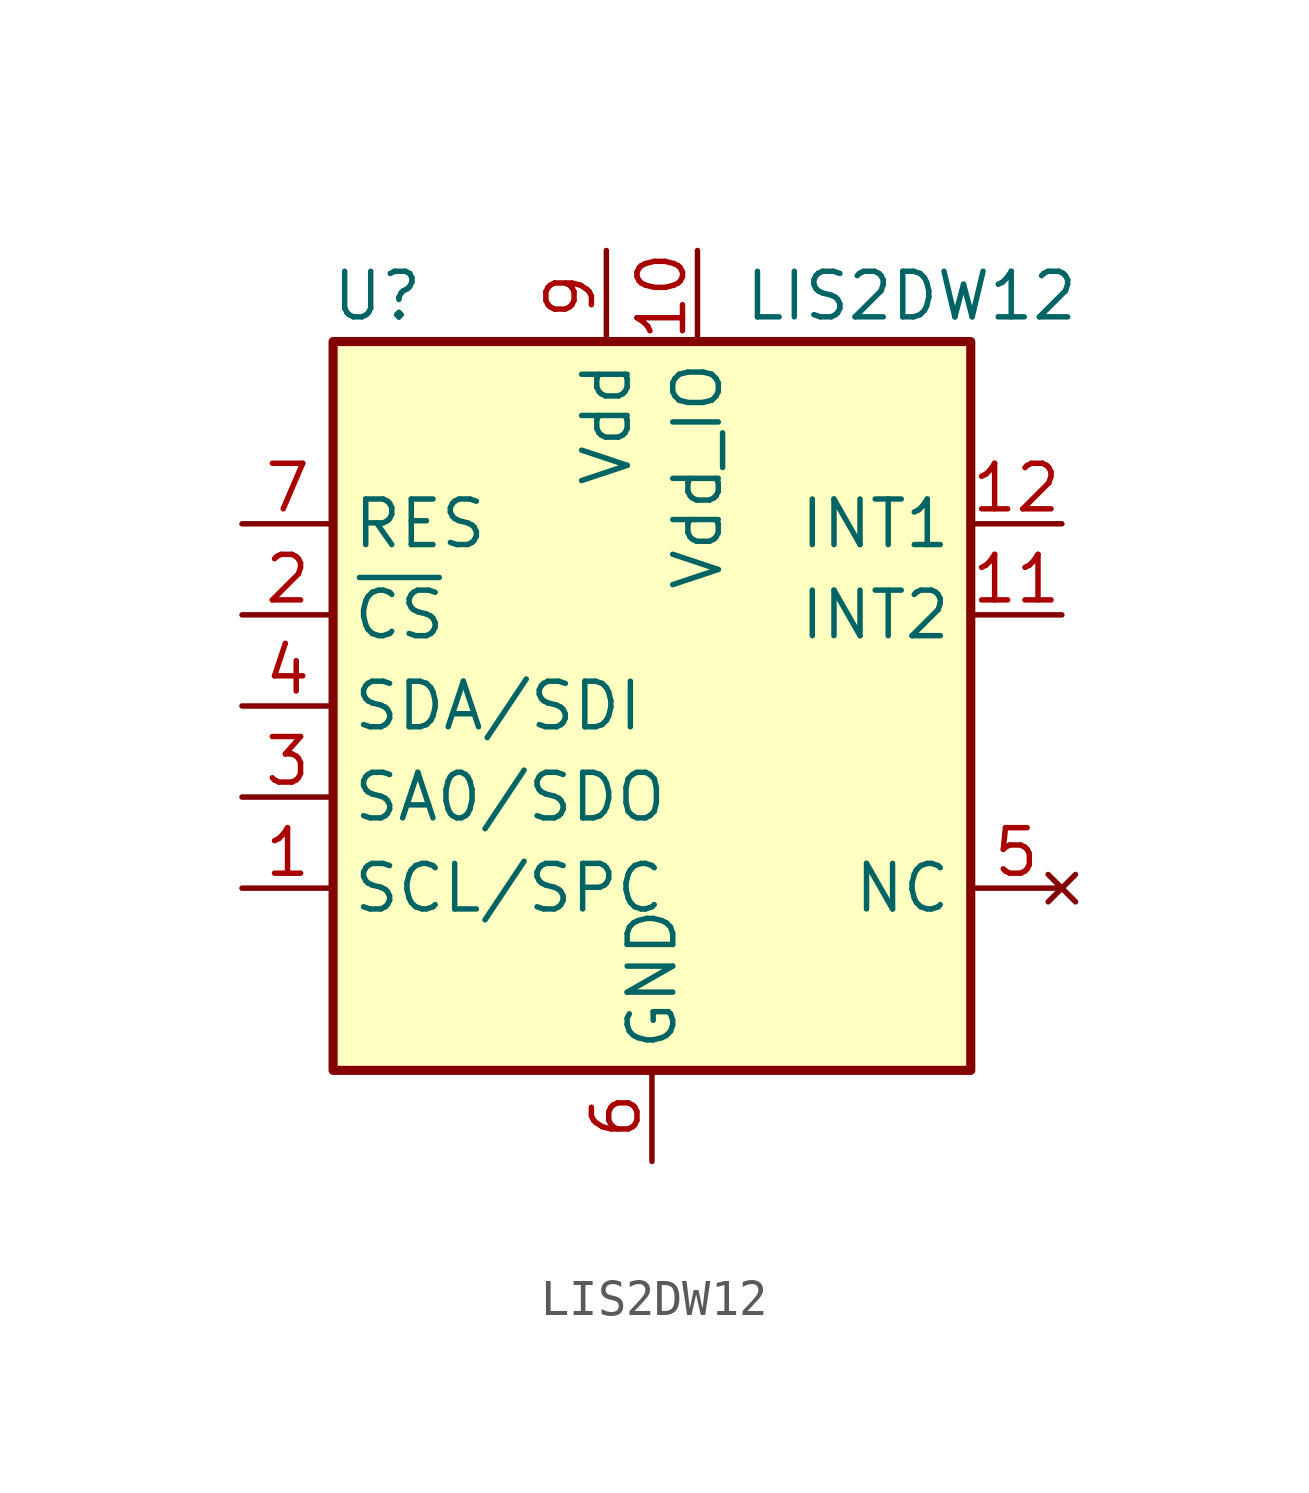
<source format=kicad_sym>
(kicad_symbol_lib
  (version 20231120)
  (generator "kicad_symbol_editor")
  (generator_version "8.0")
  (symbol "LIS2DW12"
    (property "Reference" "U"
      (at -5.08 11.43 0)
      (effects (font (size 1.27 1.27)) (justify right)))
    (property "Value" "LIS2DW12"
      (at 3.81 11.43 0)
      (effects (font (size 1.27 1.27)) (justify left)))
    (symbol "LIS2DW12_0_1"
      (rectangle (start -7.62 10.16) (end 10.16 -10.16) (stroke (width 0.254) (type default)) (fill (type background))))
    (symbol "LIS2DW12_1_1"
      (pin input line (at -10.16 -5.08 0) (length 2.54) (name "SCL/SPC" (effects (font (size 1.27 1.27)))) (number "1" (effects (font (size 1.27 1.27)))))
      (pin power_in line (at 2.54 12.7 270) (length 2.54) (name "Vdd_IO" (effects (font (size 1.27 1.27)))) (number "10" (effects (font (size 1.27 1.27)))))
      (pin output line (at 12.7 2.54 180) (length 2.54) (name "INT2" (effects (font (size 1.27 1.27)))) (number "11" (effects (font (size 1.27 1.27)))))
      (pin output line (at 12.7 5.08 180) (length 2.54) (name "INT1" (effects (font (size 1.27 1.27)))) (number "12" (effects (font (size 1.27 1.27)))))
      (pin input line (at -10.16 2.54 0) (length 2.54) (name "~{CS}" (effects (font (size 1.27 1.27)))) (number "2" (effects (font (size 1.27 1.27)))))
      (pin bidirectional line (at -10.16 -2.54 0) (length 2.54) (name "SA0/SDO" (effects (font (size 1.27 1.27)))) (number "3" (effects (font (size 1.27 1.27)))))
      (pin bidirectional line (at -10.16 0 0) (length 2.54) (name "SDA/SDI" (effects (font (size 1.27 1.27)))) (number "4" (effects (font (size 1.27 1.27)))))
      (pin no_connect line (at 12.7 -5.08 180) (length 2.54) (name "NC" (effects (font (size 1.27 1.27)))) (number "5" (effects (font (size 1.27 1.27)))))
      (pin power_in line (at 1.27 -12.7 90) (length 2.54) (name "GND" (effects (font (size 1.27 1.27)))) (number "6" (effects (font (size 1.27 1.27)))))
      (pin passive line (at -10.16 5.08 0) (length 2.54) (name "RES" (effects (font (size 1.27 1.27)))) (number "7" (effects (font (size 1.27 1.27)))))
      (pin passive line (at 1.27 -12.7 90) (length 2.54) hide (name "GND" (effects (font (size 1.27 1.27)))) (number "8" (effects (font (size 1.27 1.27)))))
      (pin power_in line (at 0 12.7 270) (length 2.54) (name "Vdd" (effects (font (size 1.27 1.27)))) (number "9" (effects (font (size 1.27 1.27))))))))
</source>
